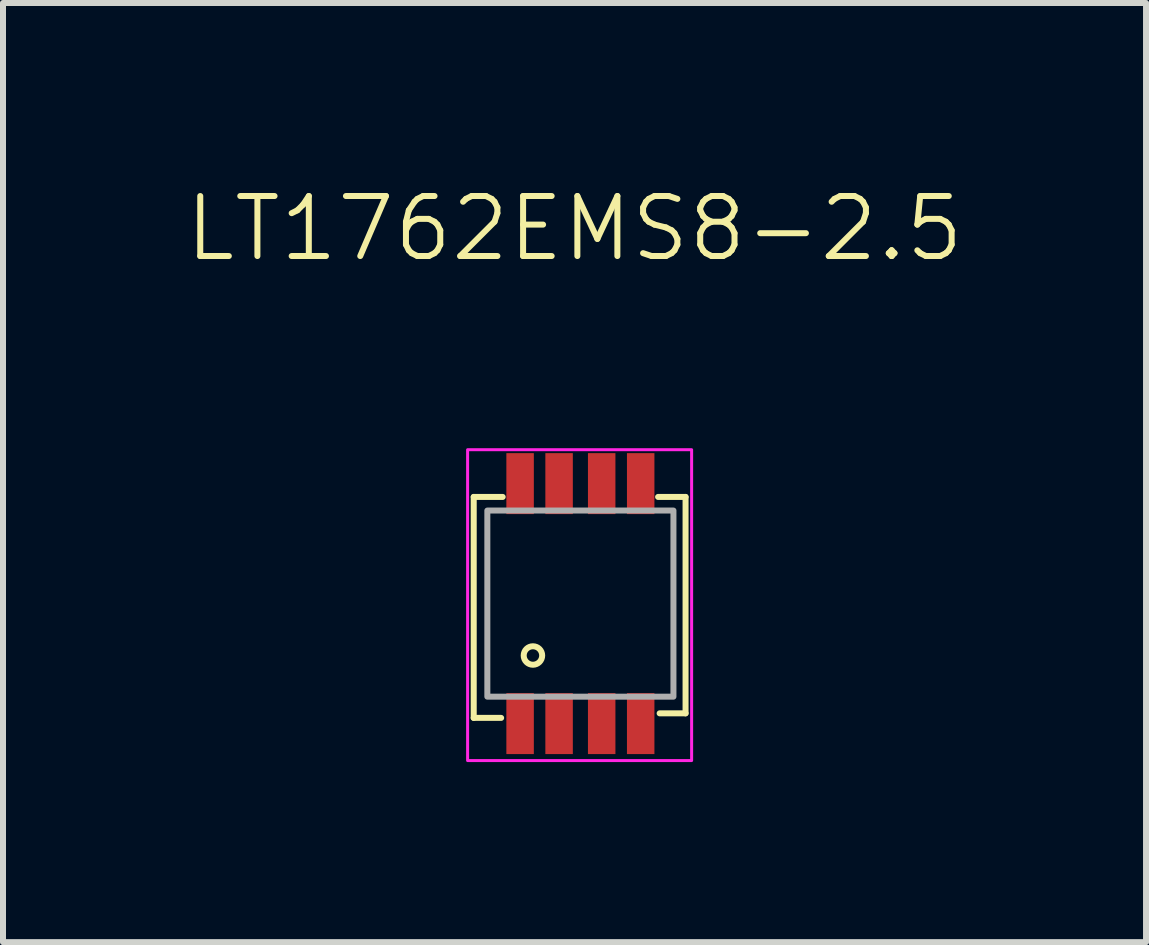
<source format=kicad_pcb>
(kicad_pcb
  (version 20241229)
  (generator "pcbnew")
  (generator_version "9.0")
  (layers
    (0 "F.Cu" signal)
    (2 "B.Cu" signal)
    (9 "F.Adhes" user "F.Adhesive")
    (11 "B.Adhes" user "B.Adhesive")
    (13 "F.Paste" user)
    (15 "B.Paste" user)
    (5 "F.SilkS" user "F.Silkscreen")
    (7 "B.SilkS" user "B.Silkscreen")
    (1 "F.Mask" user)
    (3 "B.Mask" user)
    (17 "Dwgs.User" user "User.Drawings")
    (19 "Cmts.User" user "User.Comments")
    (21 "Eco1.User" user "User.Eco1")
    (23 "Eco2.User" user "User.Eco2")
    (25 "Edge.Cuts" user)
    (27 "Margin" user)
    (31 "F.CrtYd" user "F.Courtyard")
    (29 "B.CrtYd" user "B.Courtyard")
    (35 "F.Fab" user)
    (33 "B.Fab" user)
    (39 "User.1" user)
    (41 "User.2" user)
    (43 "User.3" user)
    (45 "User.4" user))
  (footprint "LT1762EMS8-2.5"
    (layer "F.Cu")
    (at 6.624 7.011)
    (property "Reference" "LT1762EMS8-2.5" (at -0.098 -6.251 0) (unlocked yes) (layer "F.SilkS") (effects (font (size 1 1) (thickness 0.1))))
    (attr smd)
    (fp_line (start -1.778 -1.778) (end -1.778 1.905) (stroke (width 0.1) (type default)) (layer "F.SilkS"))
    (fp_line (start -1.778 1.905) (end -1.321 1.905) (stroke (width 0.1) (type default)) (layer "F.SilkS"))
    (fp_line (start -1.295 -1.778) (end -1.778 -1.778) (stroke (width 0.1) (type default)) (layer "F.SilkS"))
    (fp_line (start 1.295 -1.778) (end 1.753 -1.778) (stroke (width 0.1) (type default)) (layer "F.SilkS"))
    (fp_line (start 1.753 -1.778) (end 1.753 1.829) (stroke (width 0.1) (type default)) (layer "F.SilkS"))
    (fp_line (start 1.753 1.829) (end 1.321 1.829) (stroke (width 0.1) (type default)) (layer "F.SilkS"))
    (fp_circle (center -0.791 0.865) (end -0.637 0.865) (stroke (width 0.1) (type default)) (fill no) (layer "F.SilkS"))
    (fp_rect (start -1.88 -2.565) (end 1.854 2.616) (stroke (width 0.05) (type default)) (fill no) (layer "F.CrtYd"))
    (fp_rect (start -1.551 -1.551) (end 1.551 1.551) (stroke (width 0.1) (type default)) (fill no) (layer "F.Fab"))
    (pad "1" smd rect (at -1.005 2) (size 0.458 1.016) (layers "F.Cu" "F.Mask" "F.Paste"))
    (pad "2" smd rect (at -0.355 2) (size 0.458 1.016) (layers "F.Cu" "F.Mask" "F.Paste"))
    (pad "3" smd rect (at 0.355 2) (size 0.458 1.016) (layers "F.Cu" "F.Mask" "F.Paste"))
    (pad "4" smd rect (at 1.005 2) (size 0.458 1.016) (layers "F.Cu" "F.Mask" "F.Paste"))
    (pad "5" smd rect (at 1.005 -2) (size 0.458 1.016) (layers "F.Cu" "F.Mask" "F.Paste"))
    (pad "6" smd rect (at 0.355 -2) (size 0.458 1.016) (layers "F.Cu" "F.Mask" "F.Paste"))
    (pad "7" smd rect (at -0.355 -2) (size 0.458 1.016) (layers "F.Cu" "F.Mask" "F.Paste"))
    (pad "8" smd rect (at -1.005 -2) (size 0.458 1.016) (layers "F.Cu" "F.Mask" "F.Paste")))
  (gr_rect
    (start -3 -3)
    (end 16.052 12.653)
    (stroke (width 0.1) (type default))
    (fill no)
    (layer "Edge.Cuts")))
</source>
